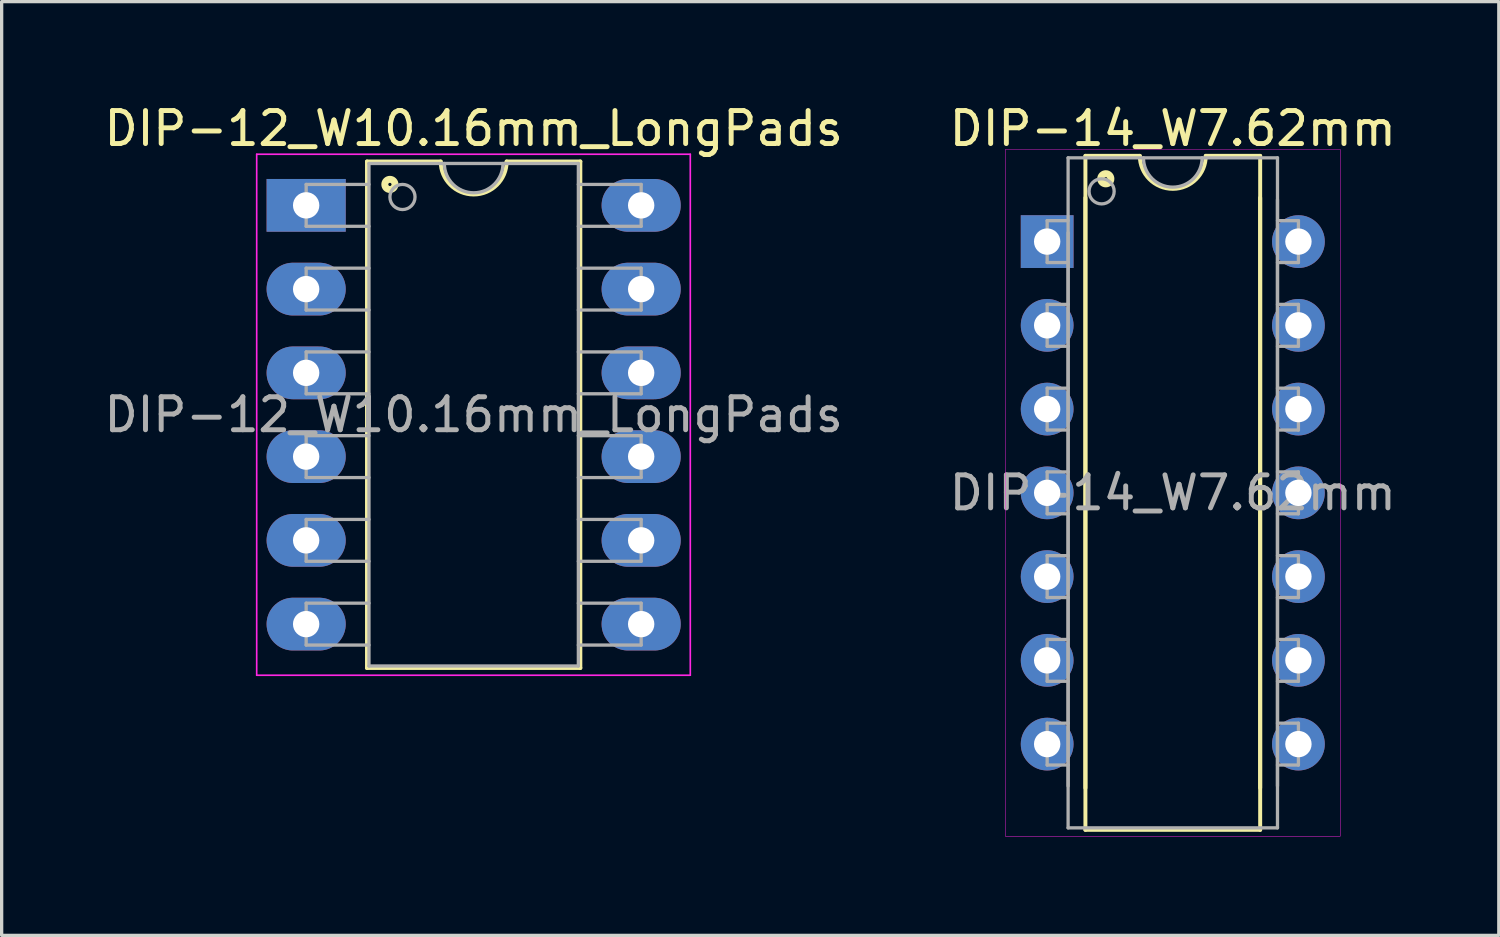
<source format=kicad_pcb>
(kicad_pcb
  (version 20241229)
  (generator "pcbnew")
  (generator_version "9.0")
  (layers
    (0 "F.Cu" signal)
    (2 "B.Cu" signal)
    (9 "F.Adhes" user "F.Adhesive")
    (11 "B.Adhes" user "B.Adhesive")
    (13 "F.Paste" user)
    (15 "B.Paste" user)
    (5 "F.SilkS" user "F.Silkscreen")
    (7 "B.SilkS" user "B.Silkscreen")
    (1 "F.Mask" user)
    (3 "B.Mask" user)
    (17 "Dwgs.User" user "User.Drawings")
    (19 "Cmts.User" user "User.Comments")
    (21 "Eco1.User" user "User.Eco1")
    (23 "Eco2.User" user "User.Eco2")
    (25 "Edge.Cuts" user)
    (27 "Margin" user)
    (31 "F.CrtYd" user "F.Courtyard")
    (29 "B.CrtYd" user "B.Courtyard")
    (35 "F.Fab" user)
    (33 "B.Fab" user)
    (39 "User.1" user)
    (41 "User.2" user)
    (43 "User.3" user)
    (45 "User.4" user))
  (footprint "DIP-12_W10.16mm_LongPads"
    (layer "F.Cu")
    (at 6.235 3.178)
    (property "Reference" "DIP-12_W10.16mm_LongPads" (at 5.08 -2.33 0) (layer "F.SilkS") (effects (font (size 1 1) (thickness 0.15))))
    (attr through_hole)
    (fp_line (start 1.845 -1.33) (end 1.845 14.03) (stroke (width 0.12) (type solid)) (layer "F.SilkS"))
    (fp_line (start 1.845 14.03) (end 8.315 14.03) (stroke (width 0.12) (type solid)) (layer "F.SilkS"))
    (fp_line (start 4.08 -1.33) (end 1.845 -1.33) (stroke (width 0.12) (type solid)) (layer "F.SilkS"))
    (fp_line (start 8.315 -1.33) (end 6.08 -1.33) (stroke (width 0.12) (type solid)) (layer "F.SilkS"))
    (fp_line (start 8.315 14.03) (end 8.315 -1.33) (stroke (width 0.12) (type solid)) (layer "F.SilkS"))
    (fp_arc (start 6.08 -1.33) (mid 5.08 -0.33) (end 4.08 -1.33) (stroke (width 0.12) (type solid)) (layer "F.SilkS"))
    (fp_circle (center 2.54 -0.635) (end 2.59 -0.635) (stroke (width 0.12) (type solid)) (fill no) (layer "F.SilkS"))
    (fp_circle (center 2.54 -0.635) (end 2.665 -0.635) (stroke (width 0.12) (type solid)) (fill no) (layer "F.SilkS"))
    (fp_circle (center 2.54 -0.635) (end 2.74 -0.635) (stroke (width 0.12) (type solid)) (fill no) (layer "F.SilkS"))
    (fp_line (start -1.5 -1.55) (end -1.5 14.25) (stroke (width 0.05) (type solid)) (layer "F.CrtYd"))
    (fp_line (start -1.5 14.25) (end 11.65 14.25) (stroke (width 0.05) (type solid)) (layer "F.CrtYd"))
    (fp_line (start 11.65 -1.55) (end -1.5 -1.55) (stroke (width 0.05) (type solid)) (layer "F.CrtYd"))
    (fp_line (start 11.65 14.25) (end 11.65 -1.55) (stroke (width 0.05) (type solid)) (layer "F.CrtYd"))
    (fp_line (start 0 -0.635) (end 0 0.635) (stroke (width 0.1) (type solid)) (layer "F.Fab"))
    (fp_line (start 0 -0.635) (end 1.905 -0.635) (stroke (width 0.1) (type solid)) (layer "F.Fab"))
    (fp_line (start 0 0.635) (end 1.905 0.635) (stroke (width 0.1) (type solid)) (layer "F.Fab"))
    (fp_line (start 0 1.905) (end 0 3.175) (stroke (width 0.1) (type solid)) (layer "F.Fab"))
    (fp_line (start 0 1.905) (end 1.905 1.905) (stroke (width 0.1) (type solid)) (layer "F.Fab"))
    (fp_line (start 0 3.175) (end 1.905 3.175) (stroke (width 0.1) (type solid)) (layer "F.Fab"))
    (fp_line (start 0 4.445) (end 0 5.715) (stroke (width 0.1) (type solid)) (layer "F.Fab"))
    (fp_line (start 0 4.445) (end 1.905 4.445) (stroke (width 0.1) (type solid)) (layer "F.Fab"))
    (fp_line (start 0 5.715) (end 1.905 5.715) (stroke (width 0.1) (type solid)) (layer "F.Fab"))
    (fp_line (start 0 6.985) (end 0 8.255) (stroke (width 0.1) (type solid)) (layer "F.Fab"))
    (fp_line (start 0 6.985) (end 1.905 6.985) (stroke (width 0.1) (type solid)) (layer "F.Fab"))
    (fp_line (start 0 8.255) (end 1.905 8.255) (stroke (width 0.1) (type solid)) (layer "F.Fab"))
    (fp_line (start 0 9.525) (end 0 10.795) (stroke (width 0.1) (type solid)) (layer "F.Fab"))
    (fp_line (start 0 9.525) (end 1.905 9.525) (stroke (width 0.1) (type solid)) (layer "F.Fab"))
    (fp_line (start 0 10.795) (end 1.905 10.795) (stroke (width 0.1) (type solid)) (layer "F.Fab"))
    (fp_line (start 0 12.065) (end 0 13.335) (stroke (width 0.1) (type solid)) (layer "F.Fab"))
    (fp_line (start 0 12.065) (end 1.905 12.065) (stroke (width 0.1) (type solid)) (layer "F.Fab"))
    (fp_line (start 0 13.335) (end 1.905 13.335) (stroke (width 0.1) (type solid)) (layer "F.Fab"))
    (fp_line (start 1.905 -1.27) (end 8.255 -1.27) (stroke (width 0.1) (type solid)) (layer "F.Fab"))
    (fp_line (start 1.905 13.97) (end 1.905 -1.27) (stroke (width 0.1) (type solid)) (layer "F.Fab"))
    (fp_line (start 8.255 -1.27) (end 8.255 13.97) (stroke (width 0.1) (type solid)) (layer "F.Fab"))
    (fp_line (start 8.255 13.97) (end 1.905 13.97) (stroke (width 0.1) (type solid)) (layer "F.Fab"))
    (fp_line (start 10.16 -0.635) (end 8.255 -0.635) (stroke (width 0.1) (type solid)) (layer "F.Fab"))
    (fp_line (start 10.16 0.635) (end 8.255 0.635) (stroke (width 0.1) (type solid)) (layer "F.Fab"))
    (fp_line (start 10.16 0.635) (end 10.16 -0.635) (stroke (width 0.1) (type solid)) (layer "F.Fab"))
    (fp_line (start 10.16 1.905) (end 8.255 1.905) (stroke (width 0.1) (type solid)) (layer "F.Fab"))
    (fp_line (start 10.16 3.175) (end 8.255 3.175) (stroke (width 0.1) (type solid)) (layer "F.Fab"))
    (fp_line (start 10.16 3.175) (end 10.16 1.905) (stroke (width 0.1) (type solid)) (layer "F.Fab"))
    (fp_line (start 10.16 4.445) (end 8.255 4.445) (stroke (width 0.1) (type solid)) (layer "F.Fab"))
    (fp_line (start 10.16 5.715) (end 8.255 5.715) (stroke (width 0.1) (type solid)) (layer "F.Fab"))
    (fp_line (start 10.16 5.715) (end 10.16 4.445) (stroke (width 0.1) (type solid)) (layer "F.Fab"))
    (fp_line (start 10.16 6.985) (end 8.255 6.985) (stroke (width 0.1) (type solid)) (layer "F.Fab"))
    (fp_line (start 10.16 8.255) (end 8.255 8.255) (stroke (width 0.1) (type solid)) (layer "F.Fab"))
    (fp_line (start 10.16 8.255) (end 10.16 6.985) (stroke (width 0.1) (type solid)) (layer "F.Fab"))
    (fp_line (start 10.16 9.525) (end 8.255 9.525) (stroke (width 0.1) (type solid)) (layer "F.Fab"))
    (fp_line (start 10.16 10.795) (end 8.255 10.795) (stroke (width 0.1) (type solid)) (layer "F.Fab"))
    (fp_line (start 10.16 10.795) (end 10.16 9.525) (stroke (width 0.1) (type solid)) (layer "F.Fab"))
    (fp_line (start 10.16 12.065) (end 8.255 12.065) (stroke (width 0.1) (type solid)) (layer "F.Fab"))
    (fp_line (start 10.16 13.335) (end 8.255 13.335) (stroke (width 0.1) (type solid)) (layer "F.Fab"))
    (fp_line (start 10.16 13.335) (end 10.16 12.065) (stroke (width 0.1) (type solid)) (layer "F.Fab"))
    (fp_arc (start 5.969 -1.27) (mid 5.08 -0.381) (end 4.191 -1.27) (stroke (width 0.1) (type solid)) (layer "F.Fab"))
    (fp_circle (center 2.921 -0.254) (end 3.302 -0.254) (stroke (width 0.1) (type solid)) (fill no) (layer "F.Fab"))
    (fp_text user "${REFERENCE}" (at 5.08 6.35 0) (layer "F.Fab") (effects (font (size 1 1) (thickness 0.15))))
    (pad "1" thru_hole rect (at 0 0) (size 2.4 1.6) (drill 0.8) (layers "*.Cu" "*.Mask"))
    (pad "2" thru_hole oval (at 0 2.54) (size 2.4 1.6) (drill 0.8) (layers "*.Cu" "*.Mask"))
    (pad "3" thru_hole oval (at 0 5.08) (size 2.4 1.6) (drill 0.8) (layers "*.Cu" "*.Mask"))
    (pad "4" thru_hole oval (at 0 7.62) (size 2.4 1.6) (drill 0.8) (layers "*.Cu" "*.Mask"))
    (pad "5" thru_hole oval (at 0 10.16) (size 2.4 1.6) (drill 0.8) (layers "*.Cu" "*.Mask"))
    (pad "6" thru_hole oval (at 0 12.7) (size 2.4 1.6) (drill 0.8) (layers "*.Cu" "*.Mask"))
    (pad "7" thru_hole oval (at 10.16 12.7) (size 2.4 1.6) (drill 0.8) (layers "*.Cu" "*.Mask"))
    (pad "8" thru_hole oval (at 10.16 10.16) (size 2.4 1.6) (drill 0.8) (layers "*.Cu" "*.Mask"))
    (pad "9" thru_hole oval (at 10.16 7.62) (size 2.4 1.6) (drill 0.8) (layers "*.Cu" "*.Mask"))
    (pad "10" thru_hole oval (at 10.16 5.08) (size 2.4 1.6) (drill 0.8) (layers "*.Cu" "*.Mask"))
    (pad "11" thru_hole oval (at 10.16 2.54) (size 2.4 1.6) (drill 0.8) (layers "*.Cu" "*.Mask"))
    (pad "12" thru_hole oval (at 10.16 0) (size 2.4 1.6) (drill 0.8) (layers "*.Cu" "*.Mask")))
  (footprint "DIP-14_W7.62mm"
    (layer "F.Cu")
    (at 28.708 4.277)
    (property "Reference" "DIP-14_W7.62mm" (at 3.81 -3.429 0) (layer "F.SilkS") (effects (font (size 1 1) (thickness 0.15))))
    (attr through_hole)
    (fp_line (start 1.16 -2.6) (end 1.16 17.84) (stroke (width 0.12) (type solid)) (layer "F.SilkS"))
    (fp_line (start 1.16 -1.33) (end 1.16 16.57) (stroke (width 0.12) (type solid)) (layer "F.SilkS"))
    (fp_line (start 1.16 17.84) (end 6.46 17.84) (stroke (width 0.12) (type solid)) (layer "F.SilkS"))
    (fp_line (start 2.81 -2.6) (end 1.16 -2.6) (stroke (width 0.12) (type solid)) (layer "F.SilkS"))
    (fp_line (start 6.46 -2.6) (end 4.81 -2.6) (stroke (width 0.12) (type solid)) (layer "F.SilkS"))
    (fp_line (start 6.46 16.57) (end 6.46 -1.33) (stroke (width 0.12) (type solid)) (layer "F.SilkS"))
    (fp_line (start 6.46 17.84) (end 6.46 -2.6) (stroke (width 0.12) (type solid)) (layer "F.SilkS"))
    (fp_arc (start 4.81 -2.6) (mid 3.81 -1.6) (end 2.81 -2.6) (stroke (width 0.12) (type solid)) (layer "F.SilkS"))
    (fp_circle (center 1.778 -1.905) (end 1.828 -1.905) (stroke (width 0.12) (type solid)) (fill no) (layer "F.SilkS"))
    (fp_circle (center 1.778 -1.905) (end 1.903 -1.905) (stroke (width 0.12) (type solid)) (fill no) (layer "F.SilkS"))
    (fp_circle (center 1.778 -1.905) (end 1.978 -1.905) (stroke (width 0.12) (type solid)) (fill no) (layer "F.SilkS"))
    (fp_rect (start -1.27 -2.794) (end 8.89 18.034) (stroke (width 0.013) (type solid)) (fill no) (layer "F.CrtYd"))
    (fp_line (start 0 -0.635) (end 0 0.635) (stroke (width 0.1) (type solid)) (layer "F.Fab"))
    (fp_line (start 0 -0.635) (end 0.635 -0.635) (stroke (width 0.1) (type solid)) (layer "F.Fab"))
    (fp_line (start 0 0.635) (end 0.635 0.635) (stroke (width 0.1) (type solid)) (layer "F.Fab"))
    (fp_line (start 0 1.905) (end 0 3.175) (stroke (width 0.1) (type solid)) (layer "F.Fab"))
    (fp_line (start 0 1.905) (end 0.635 1.905) (stroke (width 0.1) (type solid)) (layer "F.Fab"))
    (fp_line (start 0 3.175) (end 0.635 3.175) (stroke (width 0.1) (type solid)) (layer "F.Fab"))
    (fp_line (start 0 4.445) (end 0 5.715) (stroke (width 0.1) (type solid)) (layer "F.Fab"))
    (fp_line (start 0 4.445) (end 0.635 4.445) (stroke (width 0.1) (type solid)) (layer "F.Fab"))
    (fp_line (start 0 5.715) (end 0.635 5.715) (stroke (width 0.1) (type solid)) (layer "F.Fab"))
    (fp_line (start 0 6.985) (end 0 8.255) (stroke (width 0.1) (type solid)) (layer "F.Fab"))
    (fp_line (start 0 6.985) (end 0.635 6.985) (stroke (width 0.1) (type solid)) (layer "F.Fab"))
    (fp_line (start 0 8.255) (end 0.635 8.255) (stroke (width 0.1) (type solid)) (layer "F.Fab"))
    (fp_line (start 0 9.525) (end 0 10.795) (stroke (width 0.1) (type solid)) (layer "F.Fab"))
    (fp_line (start 0 9.525) (end 0.635 9.525) (stroke (width 0.1) (type solid)) (layer "F.Fab"))
    (fp_line (start 0 10.795) (end 0.635 10.795) (stroke (width 0.1) (type solid)) (layer "F.Fab"))
    (fp_line (start 0 12.065) (end 0 13.335) (stroke (width 0.1) (type solid)) (layer "F.Fab"))
    (fp_line (start 0 12.065) (end 0.635 12.065) (stroke (width 0.1) (type solid)) (layer "F.Fab"))
    (fp_line (start 0 13.335) (end 0.635 13.335) (stroke (width 0.1) (type solid)) (layer "F.Fab"))
    (fp_line (start 0 14.605) (end 0 15.875) (stroke (width 0.1) (type solid)) (layer "F.Fab"))
    (fp_line (start 0 14.605) (end 0.635 14.605) (stroke (width 0.1) (type solid)) (layer "F.Fab"))
    (fp_line (start 0 15.875) (end 0.635 15.875) (stroke (width 0.1) (type solid)) (layer "F.Fab"))
    (fp_line (start 0.635 -2.54) (end 6.985 -2.54) (stroke (width 0.1) (type solid)) (layer "F.Fab"))
    (fp_line (start 0.635 16.51) (end 0.635 -0.27) (stroke (width 0.1) (type solid)) (layer "F.Fab"))
    (fp_line (start 0.635 17.78) (end 0.635 -2.54) (stroke (width 0.1) (type solid)) (layer "F.Fab"))
    (fp_line (start 6.985 -2.54) (end 6.985 17.78) (stroke (width 0.1) (type solid)) (layer "F.Fab"))
    (fp_line (start 6.985 -1.27) (end 6.985 16.51) (stroke (width 0.1) (type solid)) (layer "F.Fab"))
    (fp_line (start 6.985 17.78) (end 0.635 17.78) (stroke (width 0.1) (type solid)) (layer "F.Fab"))
    (fp_line (start 7.62 -0.635) (end 6.985 -0.635) (stroke (width 0.1) (type solid)) (layer "F.Fab"))
    (fp_line (start 7.62 0.635) (end 6.985 0.635) (stroke (width 0.1) (type solid)) (layer "F.Fab"))
    (fp_line (start 7.62 0.635) (end 7.62 -0.635) (stroke (width 0.1) (type solid)) (layer "F.Fab"))
    (fp_line (start 7.62 1.905) (end 6.985 1.905) (stroke (width 0.1) (type solid)) (layer "F.Fab"))
    (fp_line (start 7.62 3.175) (end 6.985 3.175) (stroke (width 0.1) (type solid)) (layer "F.Fab"))
    (fp_line (start 7.62 3.175) (end 7.62 1.905) (stroke (width 0.1) (type solid)) (layer "F.Fab"))
    (fp_line (start 7.62 4.445) (end 6.985 4.445) (stroke (width 0.1) (type solid)) (layer "F.Fab"))
    (fp_line (start 7.62 5.715) (end 6.985 5.715) (stroke (width 0.1) (type solid)) (layer "F.Fab"))
    (fp_line (start 7.62 5.715) (end 7.62 4.445) (stroke (width 0.1) (type solid)) (layer "F.Fab"))
    (fp_line (start 7.62 6.985) (end 6.985 6.985) (stroke (width 0.1) (type solid)) (layer "F.Fab"))
    (fp_line (start 7.62 8.255) (end 6.985 8.255) (stroke (width 0.1) (type solid)) (layer "F.Fab"))
    (fp_line (start 7.62 8.255) (end 7.62 6.985) (stroke (width 0.1) (type solid)) (layer "F.Fab"))
    (fp_line (start 7.62 9.525) (end 6.985 9.525) (stroke (width 0.1) (type solid)) (layer "F.Fab"))
    (fp_line (start 7.62 10.795) (end 6.985 10.795) (stroke (width 0.1) (type solid)) (layer "F.Fab"))
    (fp_line (start 7.62 10.795) (end 7.62 9.525) (stroke (width 0.1) (type solid)) (layer "F.Fab"))
    (fp_line (start 7.62 12.065) (end 6.985 12.065) (stroke (width 0.1) (type solid)) (layer "F.Fab"))
    (fp_line (start 7.62 13.335) (end 6.985 13.335) (stroke (width 0.1) (type solid)) (layer "F.Fab"))
    (fp_line (start 7.62 13.335) (end 7.62 12.065) (stroke (width 0.1) (type solid)) (layer "F.Fab"))
    (fp_line (start 7.62 14.605) (end 6.985 14.605) (stroke (width 0.1) (type solid)) (layer "F.Fab"))
    (fp_line (start 7.62 15.875) (end 6.985 15.875) (stroke (width 0.1) (type solid)) (layer "F.Fab"))
    (fp_line (start 7.62 15.875) (end 7.62 14.605) (stroke (width 0.1) (type solid)) (layer "F.Fab"))
    (fp_arc (start 4.699 -2.54) (mid 3.81 -1.651) (end 2.921 -2.54) (stroke (width 0.1) (type solid)) (layer "F.Fab"))
    (fp_circle (center 1.651 -1.524) (end 2.032 -1.524) (stroke (width 0.1) (type solid)) (fill no) (layer "F.Fab"))
    (fp_text user "${REFERENCE}" (at 3.81 7.62 0) (layer "F.Fab") (effects (font (size 1 1) (thickness 0.15))))
    (pad "1" thru_hole rect (at 0 0) (size 1.6 1.6) (drill 0.8) (layers "*.Cu" "*.Mask"))
    (pad "2" thru_hole oval (at 0 2.54) (size 1.6 1.6) (drill 0.8) (layers "*.Cu" "*.Mask"))
    (pad "3" thru_hole oval (at 0 5.08) (size 1.6 1.6) (drill 0.8) (layers "*.Cu" "*.Mask"))
    (pad "4" thru_hole oval (at 0 7.62) (size 1.6 1.6) (drill 0.8) (layers "*.Cu" "*.Mask"))
    (pad "5" thru_hole oval (at 0 10.16) (size 1.6 1.6) (drill 0.8) (layers "*.Cu" "*.Mask"))
    (pad "6" thru_hole oval (at 0 12.7) (size 1.6 1.6) (drill 0.8) (layers "*.Cu" "*.Mask"))
    (pad "7" thru_hole oval (at 0 15.24) (size 1.6 1.6) (drill 0.8) (layers "*.Cu" "*.Mask"))
    (pad "8" thru_hole oval (at 7.62 15.24) (size 1.6 1.6) (drill 0.8) (layers "*.Cu" "*.Mask"))
    (pad "9" thru_hole oval (at 7.62 12.7) (size 1.6 1.6) (drill 0.8) (layers "*.Cu" "*.Mask"))
    (pad "10" thru_hole oval (at 7.62 10.16) (size 1.6 1.6) (drill 0.8) (layers "*.Cu" "*.Mask"))
    (pad "11" thru_hole oval (at 7.62 7.62) (size 1.6 1.6) (drill 0.8) (layers "*.Cu" "*.Mask"))
    (pad "12" thru_hole oval (at 7.62 5.08) (size 1.6 1.6) (drill 0.8) (layers "*.Cu" "*.Mask"))
    (pad "13" thru_hole oval (at 7.62 2.54) (size 1.6 1.6) (drill 0.8) (layers "*.Cu" "*.Mask"))
    (pad "14" thru_hole oval (at 7.62 0) (size 1.6 1.6) (drill 0.8) (layers "*.Cu" "*.Mask")))
  (gr_rect
    (start -3 -3)
    (end 42.405 25.317)
    (stroke (width 0.1) (type default))
    (fill no)
    (layer "Edge.Cuts")))
</source>
